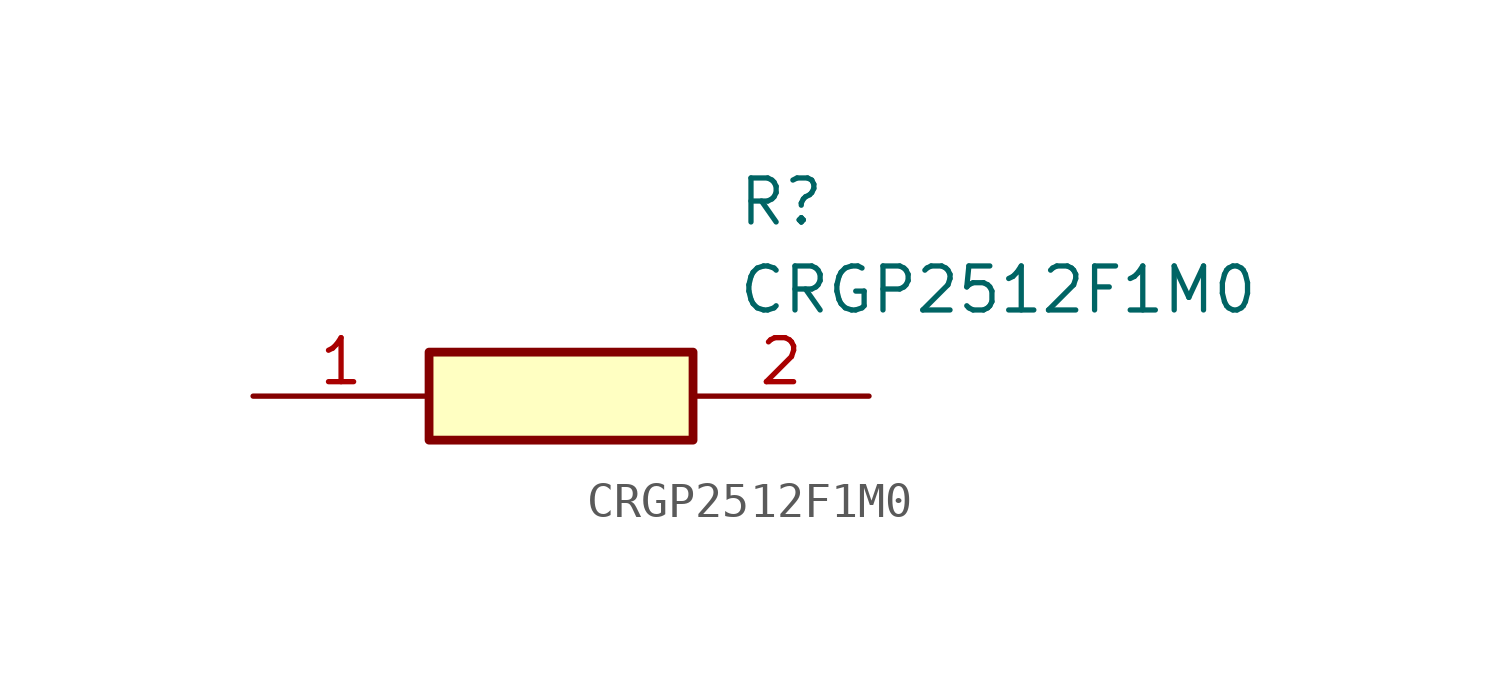
<source format=kicad_sym>
(kicad_symbol_lib
  (version 20211014)
  (generator SamacSys_ECAD_Model)
  (symbol "CRGP2512F1M0"
    (pin_names hide)
    (property "Reference" "R"
      (at 13.97 6.35 0)
      (effects (font (size 1.27 1.27)) (justify left top)))
    (property "Value" "CRGP2512F1M0"
      (at 13.97 3.81 0)
      (effects (font (size 1.27 1.27)) (justify left top)))
    (rectangle
      (start 5.08 1.27)
      (end 12.7 -1.27)
      (stroke (width 0.254) (type default))
      (fill (type background)))
    (pin passive line
      (at 0 0 0)
      (length 5.08)
      (name "1" (effects (font (size 1.27 1.27))))
      (number "1" (effects (font (size 1.27 1.27)))))
    (pin passive line
      (at 17.78 0 180)
      (length 5.08)
      (name "2" (effects (font (size 1.27 1.27))))
      (number "2" (effects (font (size 1.27 1.27)))))))
</source>
